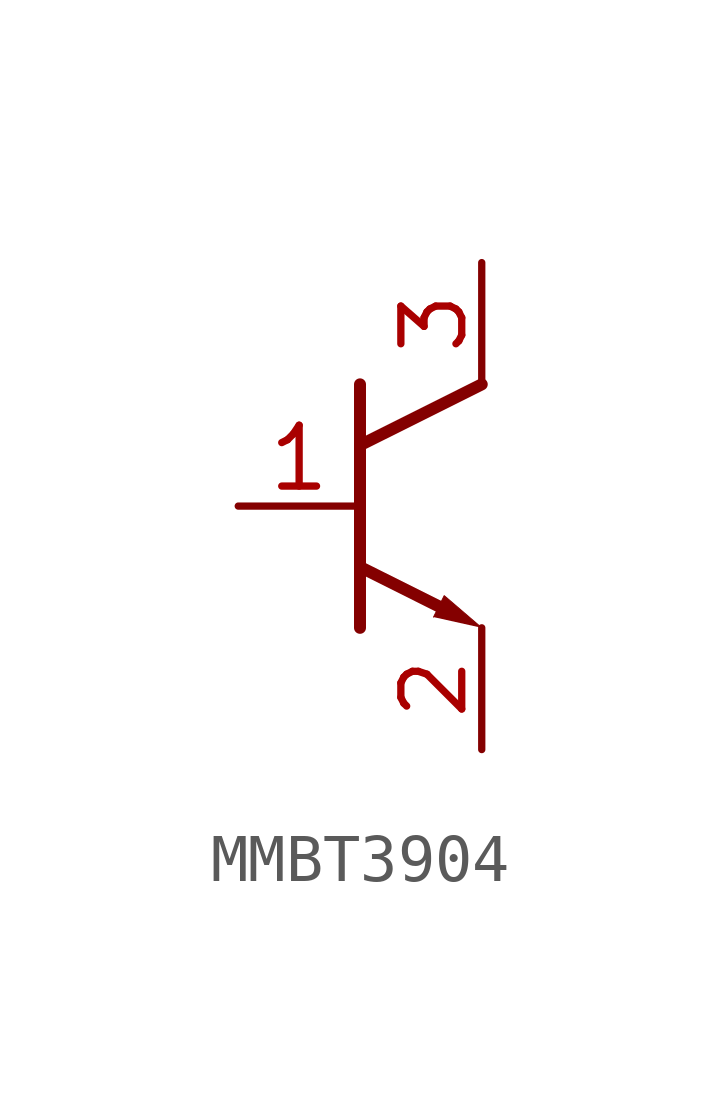
<source format=kicad_sym>
(kicad_symbol_lib
  (version 20231120)
  (generator "kicad_symbol_editor")
  (generator_version "8.0")
  (symbol "MMBT3904"
    (property "Reference" "Q"
      (at 0 0 0)
      (effects (font (size 1.27 1.27)) (hide yes)))
    (property "ki_locked" ""
      (at 0 0 0)
      (effects (font (size 1.27 1.27))))
    (symbol "MMBT3904_1_0"
      (polyline (pts (xy -1.27 -1.27) (xy 0.376 -2.093)) (stroke (width 0.25) (type solid)) (fill (type none)))
      (polyline (pts (xy -1.27 1.27) (xy -1.27 -1.27)) (stroke (width 0.25) (type solid)) (fill (type none)))
      (polyline (pts (xy -1.27 1.27) (xy 1.27 2.54)) (stroke (width 0.25) (type solid)) (fill (type none)))
      (polyline (pts (xy -1.27 2.54) (xy -1.27 -2.54)) (stroke (width 0.25) (type solid)) (fill (type none)))
      (polyline (pts (xy 1.27 -2.54) (xy 0.487 -1.869) (xy 0.264 -2.316)) (stroke (width 0.002) (type solid)) (fill (type outline)))
      (pin passive line (at -3.81 0 0) (length 2.54) (name "(B)" (effects (font (size 0 0)))) (number "1" (effects (font (size 1.27 1.27)))))
      (pin passive line (at 1.27 -5.08 90) (length 2.54) (name "(E)" (effects (font (size 0 0)))) (number "2" (effects (font (size 1.27 1.27)))))
      (pin passive line (at 1.27 5.08 270) (length 2.54) (name "(C)" (effects (font (size 0 0)))) (number "3" (effects (font (size 1.27 1.27))))))))
</source>
